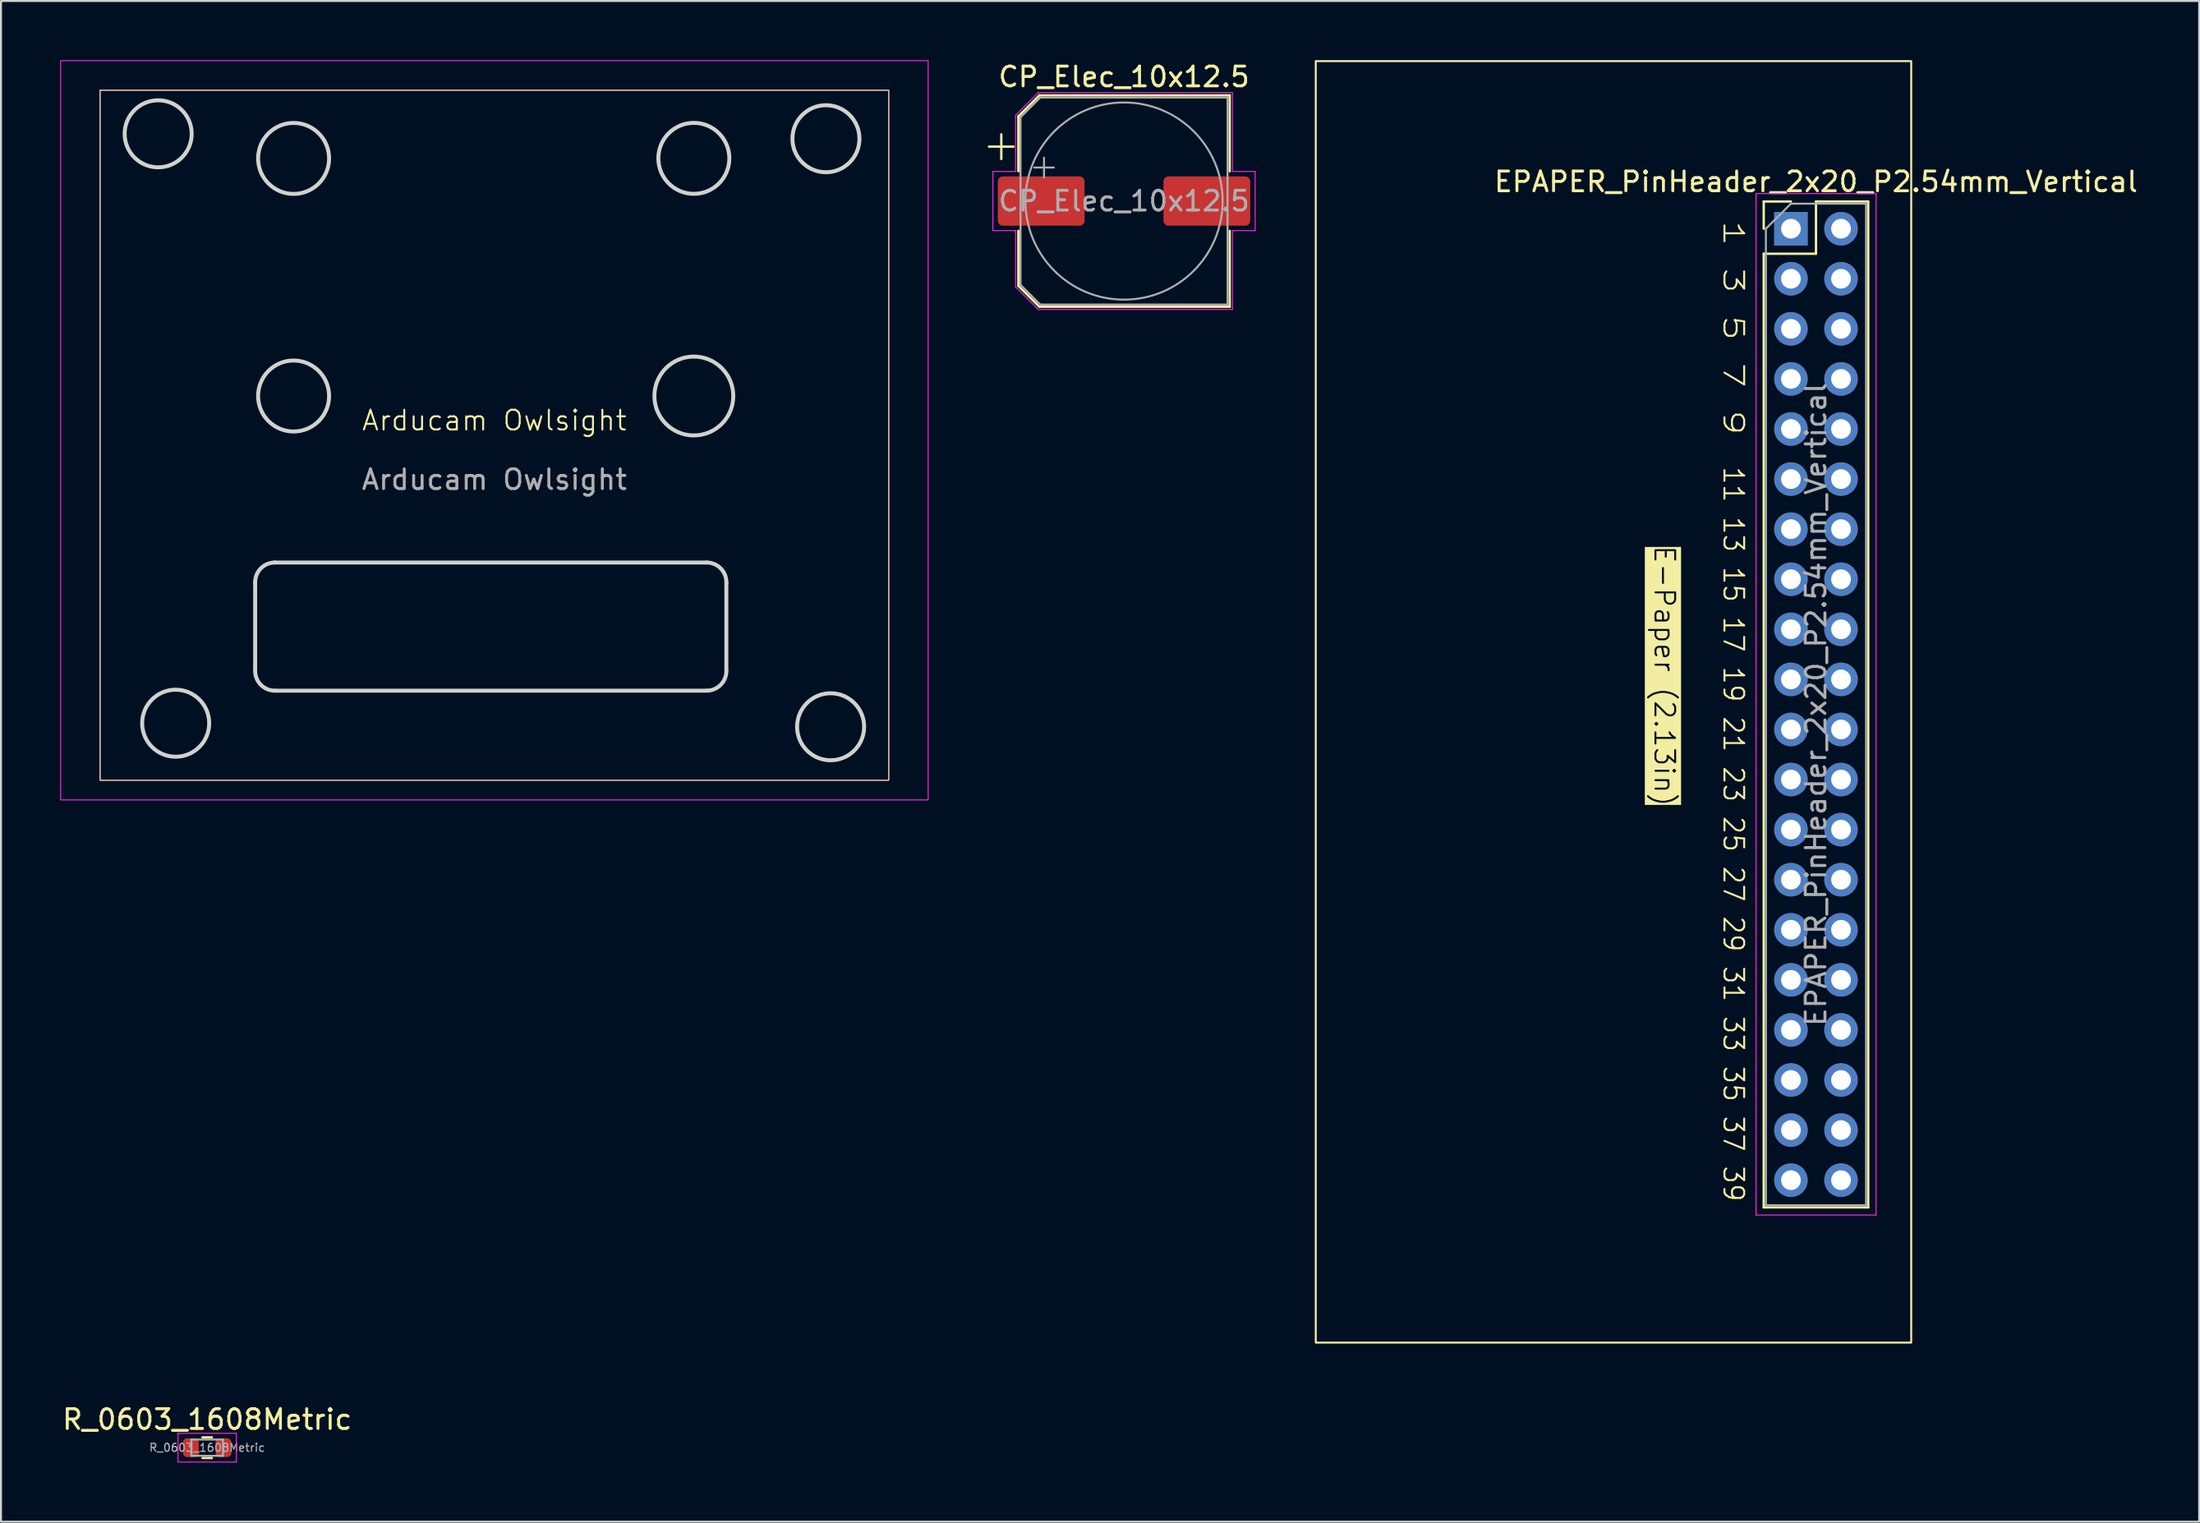
<source format=kicad_pcb>
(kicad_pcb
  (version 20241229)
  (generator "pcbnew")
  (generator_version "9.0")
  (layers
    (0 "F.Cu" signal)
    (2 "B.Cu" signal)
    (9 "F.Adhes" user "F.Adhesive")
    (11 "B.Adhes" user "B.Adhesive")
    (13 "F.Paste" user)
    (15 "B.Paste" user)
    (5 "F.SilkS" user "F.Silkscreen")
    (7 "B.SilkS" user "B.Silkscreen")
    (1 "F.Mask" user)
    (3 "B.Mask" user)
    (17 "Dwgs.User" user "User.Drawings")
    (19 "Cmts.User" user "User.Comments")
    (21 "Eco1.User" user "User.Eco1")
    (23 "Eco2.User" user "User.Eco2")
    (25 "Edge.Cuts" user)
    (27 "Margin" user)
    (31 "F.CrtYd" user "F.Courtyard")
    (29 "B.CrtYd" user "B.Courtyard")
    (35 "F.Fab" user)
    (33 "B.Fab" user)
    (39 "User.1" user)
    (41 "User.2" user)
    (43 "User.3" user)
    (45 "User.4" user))
  (footprint "CP_Elec_10x12.5"
    (layer "F.Cu")
    (at 53.96 7.148)
    (property "Reference" "CP_Elec_10x12.5" (at 0 -6.3 0) (layer "F.SilkS") (effects (font (size 1 1) (thickness 0.15))))
    (attr smd)
    (fp_line (start -6.85 -2.76) (end -5.6 -2.76) (stroke (width 0.12) (type solid)) (layer "F.SilkS"))
    (fp_line (start -6.225 -3.385) (end -6.225 -2.135) (stroke (width 0.12) (type solid)) (layer "F.SilkS"))
    (fp_line (start -5.36 -4.296) (end -5.36 -1.51) (stroke (width 0.12) (type solid)) (layer "F.SilkS"))
    (fp_line (start -5.36 -4.296) (end -4.296 -5.36) (stroke (width 0.12) (type solid)) (layer "F.SilkS"))
    (fp_line (start -5.36 4.296) (end -5.36 1.51) (stroke (width 0.12) (type solid)) (layer "F.SilkS"))
    (fp_line (start -5.36 4.296) (end -4.296 5.36) (stroke (width 0.12) (type solid)) (layer "F.SilkS"))
    (fp_line (start -4.296 -5.36) (end 5.36 -5.36) (stroke (width 0.12) (type solid)) (layer "F.SilkS"))
    (fp_line (start -4.296 5.36) (end 5.36 5.36) (stroke (width 0.12) (type solid)) (layer "F.SilkS"))
    (fp_line (start 5.36 -5.36) (end 5.36 -1.51) (stroke (width 0.12) (type solid)) (layer "F.SilkS"))
    (fp_line (start 5.36 5.36) (end 5.36 1.51) (stroke (width 0.12) (type solid)) (layer "F.SilkS"))
    (fp_line (start -6.65 -1.5) (end -6.65 1.5) (stroke (width 0.05) (type solid)) (layer "F.CrtYd"))
    (fp_line (start -6.65 1.5) (end -5.5 1.5) (stroke (width 0.05) (type solid)) (layer "F.CrtYd"))
    (fp_line (start -5.5 -4.35) (end -5.5 -1.5) (stroke (width 0.05) (type solid)) (layer "F.CrtYd"))
    (fp_line (start -5.5 -4.35) (end -4.35 -5.5) (stroke (width 0.05) (type solid)) (layer "F.CrtYd"))
    (fp_line (start -5.5 -1.5) (end -6.65 -1.5) (stroke (width 0.05) (type solid)) (layer "F.CrtYd"))
    (fp_line (start -5.5 1.5) (end -5.5 4.35) (stroke (width 0.05) (type solid)) (layer "F.CrtYd"))
    (fp_line (start -5.5 4.35) (end -4.35 5.5) (stroke (width 0.05) (type solid)) (layer "F.CrtYd"))
    (fp_line (start -4.35 -5.5) (end 5.5 -5.5) (stroke (width 0.05) (type solid)) (layer "F.CrtYd"))
    (fp_line (start -4.35 5.5) (end 5.5 5.5) (stroke (width 0.05) (type solid)) (layer "F.CrtYd"))
    (fp_line (start 5.5 -5.5) (end 5.5 -1.5) (stroke (width 0.05) (type solid)) (layer "F.CrtYd"))
    (fp_line (start 5.5 -1.5) (end 6.65 -1.5) (stroke (width 0.05) (type solid)) (layer "F.CrtYd"))
    (fp_line (start 5.5 1.5) (end 5.5 5.5) (stroke (width 0.05) (type solid)) (layer "F.CrtYd"))
    (fp_line (start 6.65 -1.5) (end 6.65 1.5) (stroke (width 0.05) (type solid)) (layer "F.CrtYd"))
    (fp_line (start 6.65 1.5) (end 5.5 1.5) (stroke (width 0.05) (type solid)) (layer "F.CrtYd"))
    (fp_line (start -5.25 -4.25) (end -5.25 4.25) (stroke (width 0.1) (type solid)) (layer "F.Fab"))
    (fp_line (start -5.25 -4.25) (end -4.25 -5.25) (stroke (width 0.1) (type solid)) (layer "F.Fab"))
    (fp_line (start -5.25 4.25) (end -4.25 5.25) (stroke (width 0.1) (type solid)) (layer "F.Fab"))
    (fp_line (start -4.558 -1.7) (end -3.558 -1.7) (stroke (width 0.1) (type solid)) (layer "F.Fab"))
    (fp_line (start -4.25 -5.25) (end 5.25 -5.25) (stroke (width 0.1) (type solid)) (layer "F.Fab"))
    (fp_line (start -4.25 5.25) (end 5.25 5.25) (stroke (width 0.1) (type solid)) (layer "F.Fab"))
    (fp_line (start -4.058 -2.2) (end -4.058 -1.2) (stroke (width 0.1) (type solid)) (layer "F.Fab"))
    (fp_line (start 5.25 -5.25) (end 5.25 5.25) (stroke (width 0.1) (type solid)) (layer "F.Fab"))
    (fp_circle (center 0 0) (end 5 0) (stroke (width 0.1) (type solid)) (fill no) (layer "F.Fab"))
    (fp_text user "${REFERENCE}" (at 0 0 0) (layer "F.Fab") (effects (font (size 1 1) (thickness 0.15))))
    (pad "1" smd roundrect (at -4.2 0) (size 4.4 2.5) (layers "F.Cu" "F.Mask" "F.Paste") (roundrect_rratio 0.1))
    (pad "2" smd roundrect (at 4.2 0) (size 4.4 2.5) (layers "F.Cu" "F.Mask" "F.Paste") (roundrect_rratio 0.1)))
  (footprint "R_0603_1608Metric"
    (layer "F.Cu")
    (at 7.458 70.378)
    (property "Reference" "R_0603_1608Metric" (at 0 -1.43 0) (layer "F.SilkS") (effects (font (size 1 1) (thickness 0.15))))
    (attr smd)
    (fp_line (start -0.237 -0.522) (end 0.237 -0.522) (stroke (width 0.12) (type solid)) (layer "F.SilkS"))
    (fp_line (start -0.237 0.522) (end 0.237 0.522) (stroke (width 0.12) (type solid)) (layer "F.SilkS"))
    (fp_line (start -1.48 -0.73) (end 1.48 -0.73) (stroke (width 0.05) (type solid)) (layer "F.CrtYd"))
    (fp_line (start -1.48 0.73) (end -1.48 -0.73) (stroke (width 0.05) (type solid)) (layer "F.CrtYd"))
    (fp_line (start 1.48 -0.73) (end 1.48 0.73) (stroke (width 0.05) (type solid)) (layer "F.CrtYd"))
    (fp_line (start 1.48 0.73) (end -1.48 0.73) (stroke (width 0.05) (type solid)) (layer "F.CrtYd"))
    (fp_line (start -0.8 -0.412) (end 0.8 -0.412) (stroke (width 0.1) (type solid)) (layer "F.Fab"))
    (fp_line (start -0.8 0.412) (end -0.8 -0.412) (stroke (width 0.1) (type solid)) (layer "F.Fab"))
    (fp_line (start 0.8 -0.412) (end 0.8 0.412) (stroke (width 0.1) (type solid)) (layer "F.Fab"))
    (fp_line (start 0.8 0.412) (end -0.8 0.412) (stroke (width 0.1) (type solid)) (layer "F.Fab"))
    (fp_text user "${REFERENCE}" (at 0 0 0) (layer "F.Fab") (effects (font (size 0.4 0.4) (thickness 0.06))))
    (pad "1" smd roundrect (at -0.825 0) (size 0.8 0.95) (layers "F.Cu" "F.Mask" "F.Paste") (roundrect_rratio 0.25))
    (pad "2" smd roundrect (at 0.825 0) (size 0.8 0.95) (layers "F.Cu" "F.Mask" "F.Paste") (roundrect_rratio 0.25)))
  (footprint "Arducam Owlsight"
    (layer "F.Cu")
    (at 22.025 18.775)
    (property "Reference" "Arducam Owlsight" (at 0 -0.5 0) (unlocked yes) (layer "F.SilkS") (effects (font (size 1 1) (thickness 0.1))))
    (attr smd exclude_from_pos_files exclude_from_bom)
    (fp_rect (start -20 -17.25) (end 20 17.75) (stroke (width 0.05) (type solid)) (fill no) (layer "F.SilkS"))
    (fp_rect (start -20 -17.25) (end 20 17.75) (stroke (width 0.05) (type solid)) (fill no) (layer "B.SilkS"))
    (fp_line (start -12.134 12.207) (end -12.134 7.707) (stroke (width 0.2) (type default)) (layer "Edge.Cuts"))
    (fp_line (start -11.134 6.707) (end 10.766 6.707) (stroke (width 0.2) (type default)) (layer "Edge.Cuts"))
    (fp_line (start 10.766 13.207) (end -11.134 13.207) (stroke (width 0.2) (type default)) (layer "Edge.Cuts"))
    (fp_line (start 11.766 7.707) (end 11.766 12.207) (stroke (width 0.2) (type default)) (layer "Edge.Cuts"))
    (fp_arc (start -12.133851 7.707107) (mid -11.840958 7) (end -11.133851 6.707107) (stroke (width 0.2) (type default)) (layer "Edge.Cuts"))
    (fp_arc (start -11.133851 13.207107) (mid -11.840958 12.914214) (end -12.133851 12.207107) (stroke (width 0.2) (type default)) (layer "Edge.Cuts"))
    (fp_arc (start 10.766149 6.707107) (mid 11.473257 7) (end 11.766149 7.707107) (stroke (width 0.2) (type default)) (layer "Edge.Cuts"))
    (fp_arc (start 11.766149 12.207107) (mid 11.473256 12.914215) (end 10.766149 13.207107) (stroke (width 0.2) (type default)) (layer "Edge.Cuts"))
    (fp_circle (center -17.053 -15.038) (end -15.353 -15.038) (stroke (width 0.2) (type default)) (fill no) (layer "Edge.Cuts"))
    (fp_circle (center -16.165 14.858) (end -14.465 14.858) (stroke (width 0.2) (type default)) (fill no) (layer "Edge.Cuts"))
    (fp_circle (center -10.184 -13.789) (end -8.384 -13.789) (stroke (width 0.2) (type solid)) (fill no) (layer "Edge.Cuts"))
    (fp_circle (center -10.184 -1.739) (end -8.384 -1.739) (stroke (width 0.2) (type solid)) (fill no) (layer "Edge.Cuts"))
    (fp_circle (center 10.116 -13.793) (end 11.916 -13.793) (stroke (width 0.2) (type solid)) (fill no) (layer "Edge.Cuts"))
    (fp_circle (center 10.116 -1.739) (end 12.116 -1.739) (stroke (width 0.2) (type solid)) (fill no) (layer "Edge.Cuts"))
    (fp_circle (center 16.816 -14.789) (end 18.516 -14.789) (stroke (width 0.2) (type default)) (fill no) (layer "Edge.Cuts"))
    (fp_circle (center 17.053 15.038) (end 18.753 15.038) (stroke (width 0.2) (type default)) (fill no) (layer "Edge.Cuts"))
    (fp_rect (start -22 -18.75) (end 22 18.75) (stroke (width 0.05) (type solid)) (fill no) (layer "F.CrtYd"))
    (fp_text user "${REFERENCE}" (at 0 2.5 0) (unlocked yes) (layer "F.Fab") (effects (font (size 1 1) (thickness 0.15)))))
  (footprint "EPAPER_PinHeader_2x20_P2.54mm_Vertical"
    (layer "F.Cu")
    (at 87.785 8.55)
    (property "Reference" "EPAPER_PinHeader_2x20_P2.54mm_Vertical" (at 1.27 -2.38 0) (layer "F.SilkS") (effects (font (size 1 1) (thickness 0.15))))
    (attr through_hole)
    (fp_line (start -1.38 -1.38) (end 0 -1.38) (stroke (width 0.12) (type solid)) (layer "F.SilkS"))
    (fp_line (start -1.38 0) (end -1.38 -1.38) (stroke (width 0.12) (type solid)) (layer "F.SilkS"))
    (fp_line (start -1.38 1.27) (end -1.38 49.64) (stroke (width 0.12) (type solid)) (layer "F.SilkS"))
    (fp_line (start -1.38 1.27) (end 1.27 1.27) (stroke (width 0.12) (type solid)) (layer "F.SilkS"))
    (fp_line (start -1.38 49.64) (end 3.92 49.64) (stroke (width 0.12) (type solid)) (layer "F.SilkS"))
    (fp_line (start 1.27 -1.38) (end 3.92 -1.38) (stroke (width 0.12) (type solid)) (layer "F.SilkS"))
    (fp_line (start 1.27 1.27) (end 1.27 -1.38) (stroke (width 0.12) (type solid)) (layer "F.SilkS"))
    (fp_line (start 3.92 -1.38) (end 3.92 49.64) (stroke (width 0.12) (type solid)) (layer "F.SilkS"))
    (fp_rect (start -24.1 -8.5) (end 6.1 56.5) (stroke (width 0.1) (type solid)) (fill no) (layer "F.SilkS"))
    (fp_line (start -1.77 -1.78) (end -1.77 50.03) (stroke (width 0.05) (type solid)) (layer "F.CrtYd"))
    (fp_line (start -1.77 50.03) (end 4.32 50.03) (stroke (width 0.05) (type solid)) (layer "F.CrtYd"))
    (fp_line (start 4.32 -1.78) (end -1.77 -1.78) (stroke (width 0.05) (type solid)) (layer "F.CrtYd"))
    (fp_line (start 4.32 50.03) (end 4.32 -1.78) (stroke (width 0.05) (type solid)) (layer "F.CrtYd"))
    (fp_line (start -1.27 0) (end 0 -1.27) (stroke (width 0.1) (type solid)) (layer "F.Fab"))
    (fp_line (start -1.27 49.53) (end -1.27 0) (stroke (width 0.1) (type solid)) (layer "F.Fab"))
    (fp_line (start 0 -1.27) (end 3.81 -1.27) (stroke (width 0.1) (type solid)) (layer "F.Fab"))
    (fp_line (start 3.81 -1.27) (end 3.81 49.53) (stroke (width 0.1) (type solid)) (layer "F.Fab"))
    (fp_line (start 3.81 49.53) (end -1.27 49.53) (stroke (width 0.1) (type solid)) (layer "F.Fab"))
    (fp_text user "E-Paper (2.13in)" (at -7 16 270) (unlocked yes) (layer "F.SilkS" knockout) (effects (font (size 1 1) (thickness 0.1)) (justify left bottom)))
    (fp_text user "1 3 5 7 9 " (at -3.5 -0.5 270) (unlocked yes) (layer "F.SilkS") (effects (font (size 1 1.4) (thickness 0.1)) (justify left bottom)))
    (fp_text user "11 13 15 17 19 21 23 25 27 29 31 33 35 37 39" (at -3.5 12 270) (unlocked yes) (layer "F.SilkS") (effects (font (size 1 0.95) (thickness 0.1)) (justify left bottom)))
    (fp_text user "${REFERENCE}" (at 1.27 24.13 90) (layer "F.Fab") (effects (font (size 1 1) (thickness 0.15))))
    (pad "1" thru_hole rect (at 0 0) (size 1.7 1.7) (drill 1) (layers "*.Cu" "*.Mask"))
    (pad "2" thru_hole circle (at 2.54 0) (size 1.7 1.7) (drill 1) (layers "*.Cu" "*.Mask"))
    (pad "3" thru_hole circle (at 0 2.54) (size 1.7 1.7) (drill 1) (layers "*.Cu" "*.Mask"))
    (pad "4" thru_hole circle (at 2.54 2.54) (size 1.7 1.7) (drill 1) (layers "*.Cu" "*.Mask"))
    (pad "5" thru_hole circle (at 0 5.08) (size 1.7 1.7) (drill 1) (layers "*.Cu" "*.Mask"))
    (pad "6" thru_hole circle (at 2.54 5.08) (size 1.7 1.7) (drill 1) (layers "*.Cu" "*.Mask"))
    (pad "7" thru_hole circle (at 0 7.62) (size 1.7 1.7) (drill 1) (layers "*.Cu" "*.Mask"))
    (pad "8" thru_hole circle (at 2.54 7.62) (size 1.7 1.7) (drill 1) (layers "*.Cu" "*.Mask"))
    (pad "9" thru_hole circle (at 0 10.16) (size 1.7 1.7) (drill 1) (layers "*.Cu" "*.Mask"))
    (pad "10" thru_hole circle (at 2.54 10.16) (size 1.7 1.7) (drill 1) (layers "*.Cu" "*.Mask"))
    (pad "11" thru_hole circle (at 0 12.7) (size 1.7 1.7) (drill 1) (layers "*.Cu" "*.Mask"))
    (pad "12" thru_hole circle (at 2.54 12.7) (size 1.7 1.7) (drill 1) (layers "*.Cu" "*.Mask"))
    (pad "13" thru_hole circle (at 0 15.24) (size 1.7 1.7) (drill 1) (layers "*.Cu" "*.Mask"))
    (pad "14" thru_hole circle (at 2.54 15.24) (size 1.7 1.7) (drill 1) (layers "*.Cu" "*.Mask"))
    (pad "15" thru_hole circle (at 0 17.78) (size 1.7 1.7) (drill 1) (layers "*.Cu" "*.Mask"))
    (pad "16" thru_hole circle (at 2.54 17.78) (size 1.7 1.7) (drill 1) (layers "*.Cu" "*.Mask"))
    (pad "17" thru_hole circle (at 0 20.32) (size 1.7 1.7) (drill 1) (layers "*.Cu" "*.Mask"))
    (pad "18" thru_hole circle (at 2.54 20.32) (size 1.7 1.7) (drill 1) (layers "*.Cu" "*.Mask"))
    (pad "19" thru_hole circle (at 0 22.86) (size 1.7 1.7) (drill 1) (layers "*.Cu" "*.Mask"))
    (pad "20" thru_hole circle (at 2.54 22.86) (size 1.7 1.7) (drill 1) (layers "*.Cu" "*.Mask"))
    (pad "21" thru_hole circle (at 0 25.4) (size 1.7 1.7) (drill 1) (layers "*.Cu" "*.Mask"))
    (pad "22" thru_hole circle (at 2.54 25.4) (size 1.7 1.7) (drill 1) (layers "*.Cu" "*.Mask"))
    (pad "23" thru_hole circle (at 0 27.94) (size 1.7 1.7) (drill 1) (layers "*.Cu" "*.Mask"))
    (pad "24" thru_hole circle (at 2.54 27.94) (size 1.7 1.7) (drill 1) (layers "*.Cu" "*.Mask"))
    (pad "25" thru_hole circle (at 0 30.48) (size 1.7 1.7) (drill 1) (layers "*.Cu" "*.Mask"))
    (pad "26" thru_hole circle (at 2.54 30.48) (size 1.7 1.7) (drill 1) (layers "*.Cu" "*.Mask"))
    (pad "27" thru_hole circle (at 0 33.02) (size 1.7 1.7) (drill 1) (layers "*.Cu" "*.Mask"))
    (pad "28" thru_hole circle (at 2.54 33.02) (size 1.7 1.7) (drill 1) (layers "*.Cu" "*.Mask"))
    (pad "29" thru_hole circle (at 0 35.56) (size 1.7 1.7) (drill 1) (layers "*.Cu" "*.Mask"))
    (pad "30" thru_hole circle (at 2.54 35.56) (size 1.7 1.7) (drill 1) (layers "*.Cu" "*.Mask"))
    (pad "31" thru_hole circle (at 0 38.1) (size 1.7 1.7) (drill 1) (layers "*.Cu" "*.Mask"))
    (pad "32" thru_hole circle (at 2.54 38.1) (size 1.7 1.7) (drill 1) (layers "*.Cu" "*.Mask"))
    (pad "33" thru_hole circle (at 0 40.64) (size 1.7 1.7) (drill 1) (layers "*.Cu" "*.Mask"))
    (pad "34" thru_hole circle (at 2.54 40.64) (size 1.7 1.7) (drill 1) (layers "*.Cu" "*.Mask"))
    (pad "35" thru_hole circle (at 0 43.18) (size 1.7 1.7) (drill 1) (layers "*.Cu" "*.Mask"))
    (pad "36" thru_hole circle (at 2.54 43.18) (size 1.7 1.7) (drill 1) (layers "*.Cu" "*.Mask"))
    (pad "37" thru_hole circle (at 0 45.72) (size 1.7 1.7) (drill 1) (layers "*.Cu" "*.Mask"))
    (pad "38" thru_hole circle (at 2.54 45.72) (size 1.7 1.7) (drill 1) (layers "*.Cu" "*.Mask"))
    (pad "39" thru_hole circle (at 0 48.26) (size 1.7 1.7) (drill 1) (layers "*.Cu" "*.Mask"))
    (pad "40" thru_hole circle (at 2.54 48.26) (size 1.7 1.7) (drill 1) (layers "*.Cu" "*.Mask")))
  (gr_rect
    (start -3 -3)
    (end 108.49 74.133)
    (stroke (width 0.1) (type default))
    (fill no)
    (layer "Edge.Cuts")))
</source>
